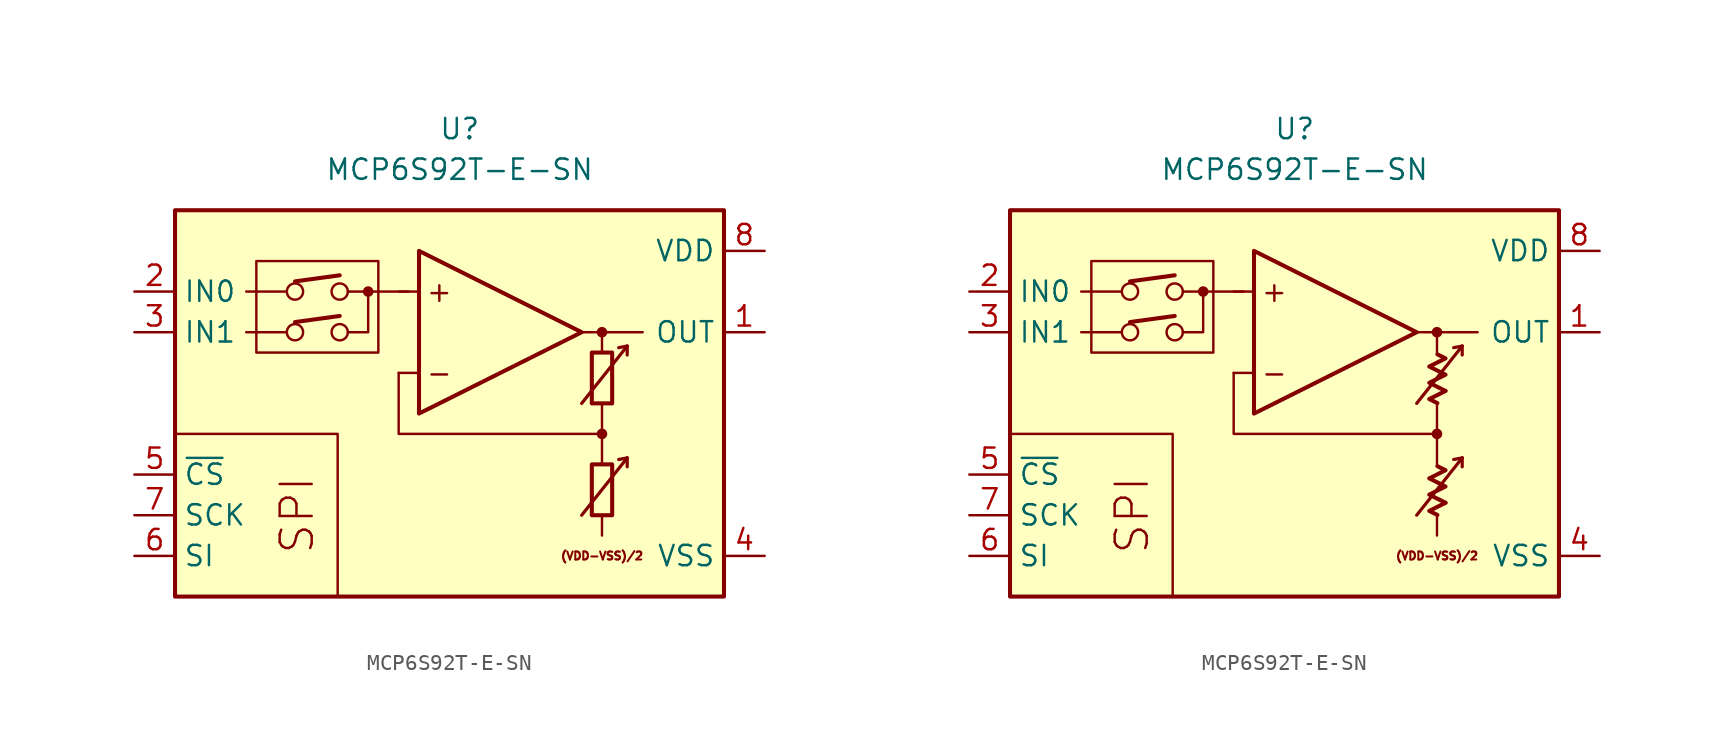
<source format=kicad_sym>
(kicad_symbol_lib
  (version 20231120)
  (generator "kicad_symbol_editor")
  (generator_version "8.0")
  (symbol "MCP6S92T-E-SN"
    (property "Reference" "U"
      (at 0 17.78 0)
      (effects (font (size 1.27 1.27))))
    (property "Value" "MCP6S92T-E-SN"
      (at 0 15.24 0)
      (effects (font (size 1.27 1.27))))
    (symbol "MCP6S92T-E-SN_0_0"
      (rectangle (start -17.78 12.7) (end 16.51 -11.43) (stroke (width 0.254) (type default)) (fill (type background)))
      (rectangle (start -12.7 9.525) (end -5.08 3.81) (stroke (width 0.152) (type default)) (fill (type none)))
      (circle (center -10.287 5.08) (radius 0.508) (stroke (width 0) (type default)) (fill (type none)))
      (circle (center -10.287 7.62) (radius 0.508) (stroke (width 0) (type default)) (fill (type none)))
      (circle (center -7.493 5.08) (radius 0.508) (stroke (width 0) (type default)) (fill (type none)))
      (circle (center -7.493 7.62) (radius 0.508) (stroke (width 0) (type default)) (fill (type none)))
      (circle (center -5.715 7.62) (radius 0.254) (stroke (width 0.152) (type default)) (fill (type outline)))
      (polyline (pts (xy 8.89 -3.81)) (stroke (width 0.152) (type default)) (fill (type none)))
      (polyline (pts (xy 8.89 -3.81)) (stroke (width 0.152) (type default)) (fill (type none)))
      (polyline (pts (xy 8.89 -3.175)) (stroke (width 0.152) (type default)) (fill (type none)))
      (polyline (pts (xy 8.89 3.175)) (stroke (width 0.152) (type default)) (fill (type none)))
      (polyline (pts (xy 8.89 3.81)) (stroke (width 0.152) (type default)) (fill (type none)))
      (polyline (pts (xy 8.89 3.81)) (stroke (width 0.152) (type default)) (fill (type none)))
      (polyline (pts (xy -10.795 5.08) (xy -13.335 5.08)) (stroke (width 0.152) (type default)) (fill (type none)))
      (polyline (pts (xy -10.795 7.62) (xy -13.335 7.62)) (stroke (width 0.152) (type default)) (fill (type none)))
      (polyline (pts (xy -10.287 5.715) (xy -7.493 6.096)) (stroke (width 0.254) (type default)) (fill (type none)))
      (polyline (pts (xy -10.287 8.255) (xy -7.493 8.636)) (stroke (width 0.254) (type default)) (fill (type none)))
      (polyline (pts (xy -3.175 7.62) (xy -6.985 7.62)) (stroke (width 0.152) (type default)) (fill (type none)))
      (polyline (pts (xy -2.54 2.54) (xy -3.81 2.54)) (stroke (width 0.152) (type default)) (fill (type none)))
      (polyline (pts (xy -2.54 7.62) (xy -3.81 7.62)) (stroke (width 0.152) (type default)) (fill (type none)))
      (polyline (pts (xy 7.62 5.08) (xy 11.43 5.08)) (stroke (width 0.152) (type default)) (fill (type none)))
      (polyline (pts (xy 8.89 -6.35) (xy 8.89 -7.62)) (stroke (width 0.152) (type default)) (fill (type none)))
      (polyline (pts (xy 8.89 -1.27) (xy 8.89 -3.175)) (stroke (width 0.152) (type default)) (fill (type none)))
      (polyline (pts (xy 8.89 0.635) (xy 8.89 -1.27)) (stroke (width 0.152) (type default)) (fill (type none)))
      (polyline (pts (xy 8.89 5.08) (xy 8.89 3.81)) (stroke (width 0.152) (type default)) (fill (type none)))
      (polyline (pts (xy -7.62 -11.43) (xy -7.62 -1.27) (xy -17.78 -1.27)) (stroke (width 0.152) (type default)) (fill (type none)))
      (polyline (pts (xy -6.985 5.08) (xy -5.715 5.08) (xy -5.715 7.62)) (stroke (width 0.152) (type default)) (fill (type none)))
      (polyline (pts (xy 8.89 -1.27) (xy -3.81 -1.27) (xy -3.81 2.54)) (stroke (width 0.152) (type default)) (fill (type none)))
      (circle (center 8.89 -1.27) (radius 0.254) (stroke (width 0.152) (type default)) (fill (type outline)))
      (circle (center 8.89 5.08) (radius 0.254) (stroke (width 0.152) (type default)) (fill (type outline)))
      (text "(VDD-VSS)/2" (at 8.89 -8.89 0) (effects (font (size 0.5 0.5))))
      (text "+" (at -1.27 7.62 0) (effects (font (size 1.27 1.27))))
      (text "-" (at -1.27 2.54 0) (effects (font (size 1.27 1.27))))
      (text "SPI" (at -10.16 -6.35 900) (effects (font (size 2 2)))))
    (symbol "MCP6S92T-E-SN_0_1"
      (rectangle (start 8.255 -3.175) (end 9.525 -6.35) (stroke (width 0.254) (type default)) (fill (type none)))
      (rectangle (start 8.255 3.81) (end 9.525 0.635) (stroke (width 0.254) (type default)) (fill (type none))))
    (symbol "MCP6S92T-E-SN_0_2"
      (polyline (pts (xy 9.422 -5.572) (xy 8.406 -6.08) (xy 8.915 -6.333)) (stroke (width 0.254) (type default)) (fill (type none)))
      (polyline (pts (xy 9.422 1.413) (xy 8.406 0.905) (xy 8.915 0.651)) (stroke (width 0.254) (type default)) (fill (type none)))
      (polyline (pts (xy 8.915 -3.285) (xy 9.422 -3.539) (xy 8.406 -4.048) (xy 9.422 -4.556) (xy 8.406 -5.064) (xy 9.422 -5.572)) (stroke (width 0.254) (type default)) (fill (type none)))
      (polyline (pts (xy 8.915 3.7) (xy 9.422 3.446) (xy 8.406 2.938) (xy 9.422 2.429) (xy 8.406 1.921) (xy 9.422 1.413)) (stroke (width 0.254) (type default)) (fill (type none))))
    (symbol "MCP6S92T-E-SN_1_0"
      (polyline (pts (xy 10.465 -2.769) (xy 9.931 -2.87)) (stroke (width 0.2) (type default)) (fill (type none)))
      (polyline (pts (xy 10.465 -2.769) (xy 10.465 -3.327)) (stroke (width 0.2) (type default)) (fill (type none)))
      (polyline (pts (xy 10.465 4.216) (xy 9.931 4.115)) (stroke (width 0.2) (type default)) (fill (type none)))
      (polyline (pts (xy 10.465 4.216) (xy 10.465 3.658)) (stroke (width 0.2) (type default)) (fill (type none)))
      (polyline (pts (xy -2.54 10.16) (xy -2.54 0) (xy 7.62 5.08) (xy -2.54 10.16)) (stroke (width 0.254) (type default)) (fill (type background)))
      (polyline (pts (xy 7.62 -6.35) (xy 10.465 -2.769) (xy 10.465 -2.769) (xy 10.465 -2.769)) (stroke (width 0.2) (type default)) (fill (type none)))
      (polyline (pts (xy 7.62 0.635) (xy 10.465 4.216) (xy 10.465 4.216) (xy 10.465 4.216)) (stroke (width 0.2) (type default)) (fill (type none))))
    (symbol "MCP6S92T-E-SN_1_1"
      (pin output line (at 19.05 5.08 180) (length 2.54) (name "OUT" (effects (font (size 1.27 1.27)))) (number "1" (effects (font (size 1.27 1.27)))))
      (pin input line (at -20.32 7.62 0) (length 2.54) (name "IN0" (effects (font (size 1.27 1.27)))) (number "2" (effects (font (size 1.27 1.27)))))
      (pin input line (at -20.32 5.08 0) (length 2.54) (name "IN1" (effects (font (size 1.27 1.27)))) (number "3" (effects (font (size 1.27 1.27)))))
      (pin power_in line (at 19.05 -8.89 180) (length 2.54) (name "VSS" (effects (font (size 1.27 1.27)))) (number "4" (effects (font (size 1.27 1.27)))))
      (pin input line (at -20.32 -3.81 0) (length 2.54) (name "~{CS}" (effects (font (size 1.27 1.27)))) (number "5" (effects (font (size 1.27 1.27)))))
      (pin input line (at -20.32 -8.89 0) (length 2.54) (name "SI" (effects (font (size 1.27 1.27)))) (number "6" (effects (font (size 1.27 1.27)))))
      (pin input line (at -20.32 -6.35 0) (length 2.54) (name "SCK" (effects (font (size 1.27 1.27)))) (number "7" (effects (font (size 1.27 1.27)))))
      (pin power_in line (at 19.05 10.16 180) (length 2.54) (name "VDD" (effects (font (size 1.27 1.27)))) (number "8" (effects (font (size 1.27 1.27))))))
    (symbol "MCP6S92T-E-SN_1_2"
      (pin output line (at 19.05 5.08 180) (length 2.54) (name "OUT" (effects (font (size 1.27 1.27)))) (number "1" (effects (font (size 1.27 1.27)))))
      (pin input line (at -20.32 7.62 0) (length 2.54) (name "IN0" (effects (font (size 1.27 1.27)))) (number "2" (effects (font (size 1.27 1.27)))))
      (pin input line (at -20.32 5.08 0) (length 2.54) (name "IN1" (effects (font (size 1.27 1.27)))) (number "3" (effects (font (size 1.27 1.27)))))
      (pin power_in line (at 19.05 -8.89 180) (length 2.54) (name "VSS" (effects (font (size 1.27 1.27)))) (number "4" (effects (font (size 1.27 1.27)))))
      (pin input line (at -20.32 -3.81 0) (length 2.54) (name "~{CS}" (effects (font (size 1.27 1.27)))) (number "5" (effects (font (size 1.27 1.27)))))
      (pin input line (at -20.32 -8.89 0) (length 2.54) (name "SI" (effects (font (size 1.27 1.27)))) (number "6" (effects (font (size 1.27 1.27)))))
      (pin input line (at -20.32 -6.35 0) (length 2.54) (name "SCK" (effects (font (size 1.27 1.27)))) (number "7" (effects (font (size 1.27 1.27)))))
      (pin power_in line (at 19.05 10.16 180) (length 2.54) (name "VDD" (effects (font (size 1.27 1.27)))) (number "8" (effects (font (size 1.27 1.27))))))))
</source>
